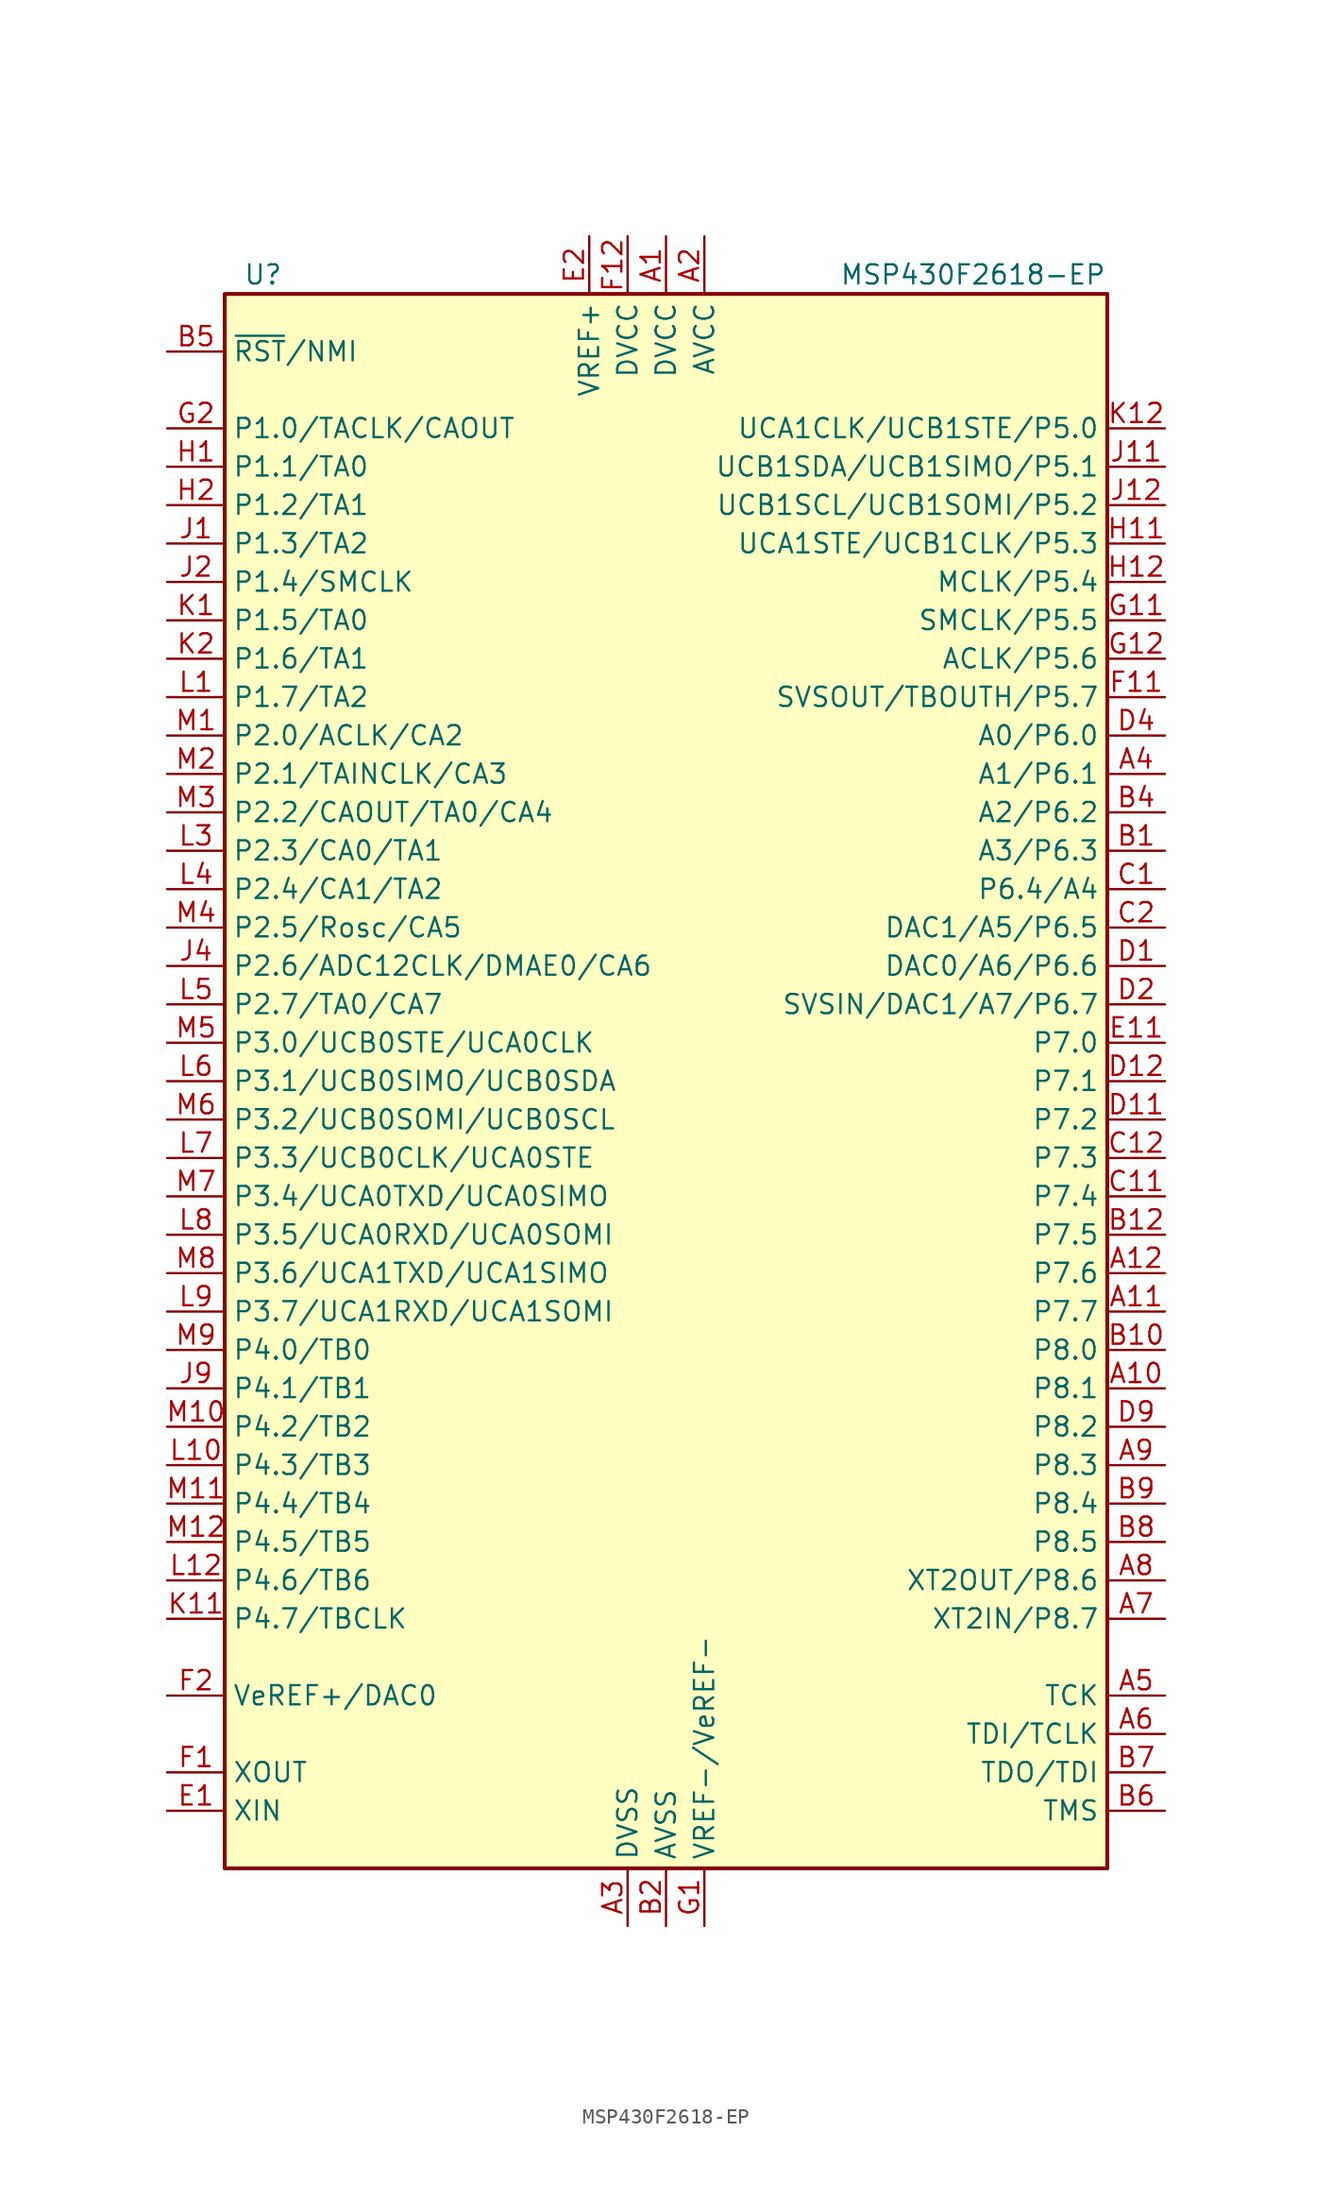
<source format=kicad_sym>
(kicad_symbol_lib
  (version 20241209)
  (generator "kicad_symbol_editor")
  (generator_version "9.0")
  (symbol "MSP430F2618-EP"
    (property "Reference" "U"
      (at -26.67 53.34 0)
      (effects (font (size 1.27 1.27))))
    (property "Value" "MSP430F2618-EP"
      (at 20.32 53.34 0)
      (effects (font (size 1.27 1.27))))
    (symbol "MSP430F2618-EP_0_1"
      (rectangle (start -29.21 52.07) (end 29.21 -52.07) (stroke (width 0.254) (type default)) (fill (type background))))
    (symbol "MSP430F2618-EP_1_1"
      (pin input line (at -33.02 48.26 0) (length 3.81) (name "~{RST}/NMI" (effects (font (size 1.27 1.27)))) (number "B5" (effects (font (size 1.27 1.27)))))
      (pin bidirectional line (at -33.02 43.18 0) (length 3.81) (name "P1.0/TACLK/CAOUT" (effects (font (size 1.27 1.27)))) (number "G2" (effects (font (size 1.27 1.27)))))
      (pin bidirectional line (at -33.02 40.64 0) (length 3.81) (name "P1.1/TA0" (effects (font (size 1.27 1.27)))) (number "H1" (effects (font (size 1.27 1.27)))))
      (pin bidirectional line (at -33.02 38.1 0) (length 3.81) (name "P1.2/TA1" (effects (font (size 1.27 1.27)))) (number "H2" (effects (font (size 1.27 1.27)))))
      (pin bidirectional line (at -33.02 35.56 0) (length 3.81) (name "P1.3/TA2" (effects (font (size 1.27 1.27)))) (number "J1" (effects (font (size 1.27 1.27)))))
      (pin bidirectional line (at -33.02 33.02 0) (length 3.81) (name "P1.4/SMCLK" (effects (font (size 1.27 1.27)))) (number "J2" (effects (font (size 1.27 1.27)))))
      (pin bidirectional line (at -33.02 30.48 0) (length 3.81) (name "P1.5/TA0" (effects (font (size 1.27 1.27)))) (number "K1" (effects (font (size 1.27 1.27)))))
      (pin bidirectional line (at -33.02 27.94 0) (length 3.81) (name "P1.6/TA1" (effects (font (size 1.27 1.27)))) (number "K2" (effects (font (size 1.27 1.27)))))
      (pin bidirectional line (at -33.02 25.4 0) (length 3.81) (name "P1.7/TA2" (effects (font (size 1.27 1.27)))) (number "L1" (effects (font (size 1.27 1.27)))))
      (pin bidirectional line (at -33.02 22.86 0) (length 3.81) (name "P2.0/ACLK/CA2" (effects (font (size 1.27 1.27)))) (number "M1" (effects (font (size 1.27 1.27)))))
      (pin bidirectional line (at -33.02 20.32 0) (length 3.81) (name "P2.1/TAINCLK/CA3" (effects (font (size 1.27 1.27)))) (number "M2" (effects (font (size 1.27 1.27)))))
      (pin bidirectional line (at -33.02 17.78 0) (length 3.81) (name "P2.2/CAOUT/TA0/CA4" (effects (font (size 1.27 1.27)))) (number "M3" (effects (font (size 1.27 1.27)))))
      (pin bidirectional line (at -33.02 15.24 0) (length 3.81) (name "P2.3/CA0/TA1" (effects (font (size 1.27 1.27)))) (number "L3" (effects (font (size 1.27 1.27)))))
      (pin bidirectional line (at -33.02 12.7 0) (length 3.81) (name "P2.4/CA1/TA2" (effects (font (size 1.27 1.27)))) (number "L4" (effects (font (size 1.27 1.27)))))
      (pin bidirectional line (at -33.02 10.16 0) (length 3.81) (name "P2.5/Rosc/CA5" (effects (font (size 1.27 1.27)))) (number "M4" (effects (font (size 1.27 1.27)))))
      (pin bidirectional line (at -33.02 7.62 0) (length 3.81) (name "P2.6/ADC12CLK/DMAE0/CA6" (effects (font (size 1.27 1.27)))) (number "J4" (effects (font (size 1.27 1.27)))))
      (pin bidirectional line (at -33.02 5.08 0) (length 3.81) (name "P2.7/TA0/CA7" (effects (font (size 1.27 1.27)))) (number "L5" (effects (font (size 1.27 1.27)))))
      (pin bidirectional line (at -33.02 2.54 0) (length 3.81) (name "P3.0/UCB0STE/UCA0CLK" (effects (font (size 1.27 1.27)))) (number "M5" (effects (font (size 1.27 1.27)))))
      (pin bidirectional line (at -33.02 0 0) (length 3.81) (name "P3.1/UCB0SIMO/UCB0SDA" (effects (font (size 1.27 1.27)))) (number "L6" (effects (font (size 1.27 1.27)))))
      (pin bidirectional line (at -33.02 -2.54 0) (length 3.81) (name "P3.2/UCB0SOMI/UCB0SCL" (effects (font (size 1.27 1.27)))) (number "M6" (effects (font (size 1.27 1.27)))))
      (pin bidirectional line (at -33.02 -5.08 0) (length 3.81) (name "P3.3/UCB0CLK/UCA0STE" (effects (font (size 1.27 1.27)))) (number "L7" (effects (font (size 1.27 1.27)))))
      (pin bidirectional line (at -33.02 -7.62 0) (length 3.81) (name "P3.4/UCA0TXD/UCA0SIMO" (effects (font (size 1.27 1.27)))) (number "M7" (effects (font (size 1.27 1.27)))))
      (pin bidirectional line (at -33.02 -10.16 0) (length 3.81) (name "P3.5/UCA0RXD/UCA0SOMI" (effects (font (size 1.27 1.27)))) (number "L8" (effects (font (size 1.27 1.27)))))
      (pin bidirectional line (at -33.02 -12.7 0) (length 3.81) (name "P3.6/UCA1TXD/UCA1SIMO" (effects (font (size 1.27 1.27)))) (number "M8" (effects (font (size 1.27 1.27)))))
      (pin bidirectional line (at -33.02 -15.24 0) (length 3.81) (name "P3.7/UCA1RXD/UCA1SOMI" (effects (font (size 1.27 1.27)))) (number "L9" (effects (font (size 1.27 1.27)))))
      (pin bidirectional line (at -33.02 -17.78 0) (length 3.81) (name "P4.0/TB0" (effects (font (size 1.27 1.27)))) (number "M9" (effects (font (size 1.27 1.27)))))
      (pin bidirectional line (at -33.02 -20.32 0) (length 3.81) (name "P4.1/TB1" (effects (font (size 1.27 1.27)))) (number "J9" (effects (font (size 1.27 1.27)))))
      (pin bidirectional line (at -33.02 -22.86 0) (length 3.81) (name "P4.2/TB2" (effects (font (size 1.27 1.27)))) (number "M10" (effects (font (size 1.27 1.27)))))
      (pin bidirectional line (at -33.02 -25.4 0) (length 3.81) (name "P4.3/TB3" (effects (font (size 1.27 1.27)))) (number "L10" (effects (font (size 1.27 1.27)))))
      (pin bidirectional line (at -33.02 -27.94 0) (length 3.81) (name "P4.4/TB4" (effects (font (size 1.27 1.27)))) (number "M11" (effects (font (size 1.27 1.27)))))
      (pin bidirectional line (at -33.02 -30.48 0) (length 3.81) (name "P4.5/TB5" (effects (font (size 1.27 1.27)))) (number "M12" (effects (font (size 1.27 1.27)))))
      (pin bidirectional line (at -33.02 -33.02 0) (length 3.81) (name "P4.6/TB6" (effects (font (size 1.27 1.27)))) (number "L12" (effects (font (size 1.27 1.27)))))
      (pin bidirectional line (at -33.02 -35.56 0) (length 3.81) (name "P4.7/TBCLK" (effects (font (size 1.27 1.27)))) (number "K11" (effects (font (size 1.27 1.27)))))
      (pin bidirectional line (at -33.02 -40.64 0) (length 3.81) (name "VeREF+/DAC0" (effects (font (size 1.27 1.27)))) (number "F2" (effects (font (size 1.27 1.27)))))
      (pin output line (at -33.02 -45.72 0) (length 3.81) (name "XOUT" (effects (font (size 1.27 1.27)))) (number "F1" (effects (font (size 1.27 1.27)))))
      (pin input line (at -33.02 -48.26 0) (length 3.81) (name "XIN" (effects (font (size 1.27 1.27)))) (number "E1" (effects (font (size 1.27 1.27)))))
      (pin power_in line (at -5.08 55.88 270) (length 3.81) (name "VREF+" (effects (font (size 1.27 1.27)))) (number "E2" (effects (font (size 1.27 1.27)))))
      (pin power_in line (at -2.54 55.88 270) (length 3.81) (name "DVCC" (effects (font (size 1.27 1.27)))) (number "F12" (effects (font (size 1.27 1.27)))))
      (pin power_in line (at -2.54 -55.88 90) (length 3.81) (name "DVSS" (effects (font (size 1.27 1.27)))) (number "A3" (effects (font (size 1.27 1.27)))))
      (pin passive line (at -2.54 -55.88 90) (length 3.81) (hide yes) (name "DVSS" (effects (font (size 1.27 1.27)))) (number "B11" (effects (font (size 1.27 1.27)))))
      (pin passive line (at -2.54 -55.88 90) (length 3.81) (hide yes) (name "DVSS" (effects (font (size 1.27 1.27)))) (number "D5" (effects (font (size 1.27 1.27)))))
      (pin passive line (at -2.54 -55.88 90) (length 3.81) (hide yes) (name "DVSS" (effects (font (size 1.27 1.27)))) (number "D6" (effects (font (size 1.27 1.27)))))
      (pin passive line (at -2.54 -55.88 90) (length 3.81) (hide yes) (name "DVSS" (effects (font (size 1.27 1.27)))) (number "D7" (effects (font (size 1.27 1.27)))))
      (pin passive line (at -2.54 -55.88 90) (length 3.81) (hide yes) (name "DVSS" (effects (font (size 1.27 1.27)))) (number "D8" (effects (font (size 1.27 1.27)))))
      (pin passive line (at -2.54 -55.88 90) (length 3.81) (hide yes) (name "DVSS" (effects (font (size 1.27 1.27)))) (number "E12" (effects (font (size 1.27 1.27)))))
      (pin passive line (at -2.54 -55.88 90) (length 3.81) (hide yes) (name "DVSS" (effects (font (size 1.27 1.27)))) (number "E4" (effects (font (size 1.27 1.27)))))
      (pin passive line (at -2.54 -55.88 90) (length 3.81) (hide yes) (name "DVSS" (effects (font (size 1.27 1.27)))) (number "E5" (effects (font (size 1.27 1.27)))))
      (pin passive line (at -2.54 -55.88 90) (length 3.81) (hide yes) (name "DVSS" (effects (font (size 1.27 1.27)))) (number "E6" (effects (font (size 1.27 1.27)))))
      (pin passive line (at -2.54 -55.88 90) (length 3.81) (hide yes) (name "DVSS" (effects (font (size 1.27 1.27)))) (number "E7" (effects (font (size 1.27 1.27)))))
      (pin passive line (at -2.54 -55.88 90) (length 3.81) (hide yes) (name "DVSS" (effects (font (size 1.27 1.27)))) (number "E8" (effects (font (size 1.27 1.27)))))
      (pin passive line (at -2.54 -55.88 90) (length 3.81) (hide yes) (name "DVSS" (effects (font (size 1.27 1.27)))) (number "E9" (effects (font (size 1.27 1.27)))))
      (pin passive line (at -2.54 -55.88 90) (length 3.81) (hide yes) (name "DVSS" (effects (font (size 1.27 1.27)))) (number "F4" (effects (font (size 1.27 1.27)))))
      (pin passive line (at -2.54 -55.88 90) (length 3.81) (hide yes) (name "DVSS" (effects (font (size 1.27 1.27)))) (number "F5" (effects (font (size 1.27 1.27)))))
      (pin passive line (at -2.54 -55.88 90) (length 3.81) (hide yes) (name "DVSS" (effects (font (size 1.27 1.27)))) (number "F8" (effects (font (size 1.27 1.27)))))
      (pin passive line (at -2.54 -55.88 90) (length 3.81) (hide yes) (name "DVSS" (effects (font (size 1.27 1.27)))) (number "F9" (effects (font (size 1.27 1.27)))))
      (pin passive line (at -2.54 -55.88 90) (length 3.81) (hide yes) (name "DVSS" (effects (font (size 1.27 1.27)))) (number "G4" (effects (font (size 1.27 1.27)))))
      (pin passive line (at -2.54 -55.88 90) (length 3.81) (hide yes) (name "DVSS" (effects (font (size 1.27 1.27)))) (number "G5" (effects (font (size 1.27 1.27)))))
      (pin passive line (at -2.54 -55.88 90) (length 3.81) (hide yes) (name "DVSS" (effects (font (size 1.27 1.27)))) (number "G8" (effects (font (size 1.27 1.27)))))
      (pin passive line (at -2.54 -55.88 90) (length 3.81) (hide yes) (name "DVSS" (effects (font (size 1.27 1.27)))) (number "G9" (effects (font (size 1.27 1.27)))))
      (pin passive line (at -2.54 -55.88 90) (length 3.81) (hide yes) (name "DVSS" (effects (font (size 1.27 1.27)))) (number "H4" (effects (font (size 1.27 1.27)))))
      (pin passive line (at -2.54 -55.88 90) (length 3.81) (hide yes) (name "DVSS" (effects (font (size 1.27 1.27)))) (number "H5" (effects (font (size 1.27 1.27)))))
      (pin passive line (at -2.54 -55.88 90) (length 3.81) (hide yes) (name "DVSS" (effects (font (size 1.27 1.27)))) (number "H6" (effects (font (size 1.27 1.27)))))
      (pin passive line (at -2.54 -55.88 90) (length 3.81) (hide yes) (name "DVSS" (effects (font (size 1.27 1.27)))) (number "H7" (effects (font (size 1.27 1.27)))))
      (pin passive line (at -2.54 -55.88 90) (length 3.81) (hide yes) (name "DVSS" (effects (font (size 1.27 1.27)))) (number "H8" (effects (font (size 1.27 1.27)))))
      (pin passive line (at -2.54 -55.88 90) (length 3.81) (hide yes) (name "DVSS" (effects (font (size 1.27 1.27)))) (number "H9" (effects (font (size 1.27 1.27)))))
      (pin passive line (at -2.54 -55.88 90) (length 3.81) (hide yes) (name "DVSS" (effects (font (size 1.27 1.27)))) (number "J5" (effects (font (size 1.27 1.27)))))
      (pin passive line (at -2.54 -55.88 90) (length 3.81) (hide yes) (name "DVSS" (effects (font (size 1.27 1.27)))) (number "J6" (effects (font (size 1.27 1.27)))))
      (pin passive line (at -2.54 -55.88 90) (length 3.81) (hide yes) (name "DVSS" (effects (font (size 1.27 1.27)))) (number "J7" (effects (font (size 1.27 1.27)))))
      (pin passive line (at -2.54 -55.88 90) (length 3.81) (hide yes) (name "DVSS" (effects (font (size 1.27 1.27)))) (number "J8" (effects (font (size 1.27 1.27)))))
      (pin passive line (at -2.54 -55.88 90) (length 3.81) (hide yes) (name "DVSS" (effects (font (size 1.27 1.27)))) (number "L11" (effects (font (size 1.27 1.27)))))
      (pin passive line (at -2.54 -55.88 90) (length 3.81) (hide yes) (name "DVSS" (effects (font (size 1.27 1.27)))) (number "L2" (effects (font (size 1.27 1.27)))))
      (pin power_in line (at 0 55.88 270) (length 3.81) (name "DVCC" (effects (font (size 1.27 1.27)))) (number "A1" (effects (font (size 1.27 1.27)))))
      (pin power_in line (at 0 -55.88 90) (length 3.81) (name "AVSS" (effects (font (size 1.27 1.27)))) (number "B2" (effects (font (size 1.27 1.27)))))
      (pin passive line (at 0 -55.88 90) (length 3.81) (hide yes) (name "AVSS" (effects (font (size 1.27 1.27)))) (number "B3" (effects (font (size 1.27 1.27)))))
      (pin power_in line (at 2.54 55.88 270) (length 3.81) (name "AVCC" (effects (font (size 1.27 1.27)))) (number "A2" (effects (font (size 1.27 1.27)))))
      (pin bidirectional line (at 2.54 -55.88 90) (length 3.81) (name "VREF-/VeREF-" (effects (font (size 1.27 1.27)))) (number "G1" (effects (font (size 1.27 1.27)))))
      (pin bidirectional line (at 33.02 43.18 180) (length 3.81) (name "UCA1CLK/UCB1STE/P5.0" (effects (font (size 1.27 1.27)))) (number "K12" (effects (font (size 1.27 1.27)))))
      (pin bidirectional line (at 33.02 40.64 180) (length 3.81) (name "UCB1SDA/UCB1SIMO/P5.1" (effects (font (size 1.27 1.27)))) (number "J11" (effects (font (size 1.27 1.27)))))
      (pin bidirectional line (at 33.02 38.1 180) (length 3.81) (name "UCB1SCL/UCB1SOMI/P5.2" (effects (font (size 1.27 1.27)))) (number "J12" (effects (font (size 1.27 1.27)))))
      (pin bidirectional line (at 33.02 35.56 180) (length 3.81) (name "UCA1STE/UCB1CLK/P5.3" (effects (font (size 1.27 1.27)))) (number "H11" (effects (font (size 1.27 1.27)))))
      (pin bidirectional line (at 33.02 33.02 180) (length 3.81) (name "MCLK/P5.4" (effects (font (size 1.27 1.27)))) (number "H12" (effects (font (size 1.27 1.27)))))
      (pin bidirectional line (at 33.02 30.48 180) (length 3.81) (name "SMCLK/P5.5" (effects (font (size 1.27 1.27)))) (number "G11" (effects (font (size 1.27 1.27)))))
      (pin bidirectional line (at 33.02 27.94 180) (length 3.81) (name "ACLK/P5.6" (effects (font (size 1.27 1.27)))) (number "G12" (effects (font (size 1.27 1.27)))))
      (pin bidirectional line (at 33.02 25.4 180) (length 3.81) (name "SVSOUT/TBOUTH/P5.7" (effects (font (size 1.27 1.27)))) (number "F11" (effects (font (size 1.27 1.27)))))
      (pin bidirectional line (at 33.02 22.86 180) (length 3.81) (name "A0/P6.0" (effects (font (size 1.27 1.27)))) (number "D4" (effects (font (size 1.27 1.27)))))
      (pin bidirectional line (at 33.02 20.32 180) (length 3.81) (name "A1/P6.1" (effects (font (size 1.27 1.27)))) (number "A4" (effects (font (size 1.27 1.27)))))
      (pin bidirectional line (at 33.02 17.78 180) (length 3.81) (name "A2/P6.2" (effects (font (size 1.27 1.27)))) (number "B4" (effects (font (size 1.27 1.27)))))
      (pin bidirectional line (at 33.02 15.24 180) (length 3.81) (name "A3/P6.3" (effects (font (size 1.27 1.27)))) (number "B1" (effects (font (size 1.27 1.27)))))
      (pin bidirectional line (at 33.02 12.7 180) (length 3.81) (name "P6.4/A4" (effects (font (size 1.27 1.27)))) (number "C1" (effects (font (size 1.27 1.27)))))
      (pin bidirectional line (at 33.02 10.16 180) (length 3.81) (name "DAC1/A5/P6.5" (effects (font (size 1.27 1.27)))) (number "C2" (effects (font (size 1.27 1.27)))))
      (pin bidirectional line (at 33.02 10.16 180) (length 3.81) (hide yes) (name "DAC1/A5/P6.5" (effects (font (size 1.27 1.27)))) (number "C3" (effects (font (size 1.27 1.27)))))
      (pin bidirectional line (at 33.02 7.62 180) (length 3.81) (name "DAC0/A6/P6.6" (effects (font (size 1.27 1.27)))) (number "D1" (effects (font (size 1.27 1.27)))))
      (pin bidirectional line (at 33.02 5.08 180) (length 3.81) (name "SVSIN/DAC1/A7/P6.7" (effects (font (size 1.27 1.27)))) (number "D2" (effects (font (size 1.27 1.27)))))
      (pin power_in line (at 33.02 2.54 180) (length 3.81) (name "P7.0" (effects (font (size 1.27 1.27)))) (number "E11" (effects (font (size 1.27 1.27)))))
      (pin bidirectional line (at 33.02 0 180) (length 3.81) (name "P7.1" (effects (font (size 1.27 1.27)))) (number "D12" (effects (font (size 1.27 1.27)))))
      (pin bidirectional line (at 33.02 -2.54 180) (length 3.81) (name "P7.2" (effects (font (size 1.27 1.27)))) (number "D11" (effects (font (size 1.27 1.27)))))
      (pin bidirectional line (at 33.02 -5.08 180) (length 3.81) (name "P7.3" (effects (font (size 1.27 1.27)))) (number "C12" (effects (font (size 1.27 1.27)))))
      (pin bidirectional line (at 33.02 -7.62 180) (length 3.81) (name "P7.4" (effects (font (size 1.27 1.27)))) (number "C11" (effects (font (size 1.27 1.27)))))
      (pin bidirectional line (at 33.02 -10.16 180) (length 3.81) (name "P7.5" (effects (font (size 1.27 1.27)))) (number "B12" (effects (font (size 1.27 1.27)))))
      (pin bidirectional line (at 33.02 -12.7 180) (length 3.81) (name "P7.6" (effects (font (size 1.27 1.27)))) (number "A12" (effects (font (size 1.27 1.27)))))
      (pin bidirectional line (at 33.02 -15.24 180) (length 3.81) (name "P7.7" (effects (font (size 1.27 1.27)))) (number "A11" (effects (font (size 1.27 1.27)))))
      (pin bidirectional line (at 33.02 -17.78 180) (length 3.81) (name "P8.0" (effects (font (size 1.27 1.27)))) (number "B10" (effects (font (size 1.27 1.27)))))
      (pin bidirectional line (at 33.02 -20.32 180) (length 3.81) (name "P8.1" (effects (font (size 1.27 1.27)))) (number "A10" (effects (font (size 1.27 1.27)))))
      (pin bidirectional line (at 33.02 -22.86 180) (length 3.81) (name "P8.2" (effects (font (size 1.27 1.27)))) (number "D9" (effects (font (size 1.27 1.27)))))
      (pin bidirectional line (at 33.02 -25.4 180) (length 3.81) (name "P8.3" (effects (font (size 1.27 1.27)))) (number "A9" (effects (font (size 1.27 1.27)))))
      (pin bidirectional line (at 33.02 -27.94 180) (length 3.81) (name "P8.4" (effects (font (size 1.27 1.27)))) (number "B9" (effects (font (size 1.27 1.27)))))
      (pin bidirectional line (at 33.02 -30.48 180) (length 3.81) (name "P8.5" (effects (font (size 1.27 1.27)))) (number "B8" (effects (font (size 1.27 1.27)))))
      (pin bidirectional line (at 33.02 -33.02 180) (length 3.81) (name "XT2OUT/P8.6" (effects (font (size 1.27 1.27)))) (number "A8" (effects (font (size 1.27 1.27)))))
      (pin bidirectional line (at 33.02 -35.56 180) (length 3.81) (name "XT2IN/P8.7" (effects (font (size 1.27 1.27)))) (number "A7" (effects (font (size 1.27 1.27)))))
      (pin input line (at 33.02 -40.64 180) (length 3.81) (name "TCK" (effects (font (size 1.27 1.27)))) (number "A5" (effects (font (size 1.27 1.27)))))
      (pin input line (at 33.02 -43.18 180) (length 3.81) (name "TDI/TCLK" (effects (font (size 1.27 1.27)))) (number "A6" (effects (font (size 1.27 1.27)))))
      (pin bidirectional line (at 33.02 -45.72 180) (length 3.81) (name "TDO/TDI" (effects (font (size 1.27 1.27)))) (number "B7" (effects (font (size 1.27 1.27)))))
      (pin input line (at 33.02 -48.26 180) (length 3.81) (name "TMS" (effects (font (size 1.27 1.27)))) (number "B6" (effects (font (size 1.27 1.27))))))))
</source>
